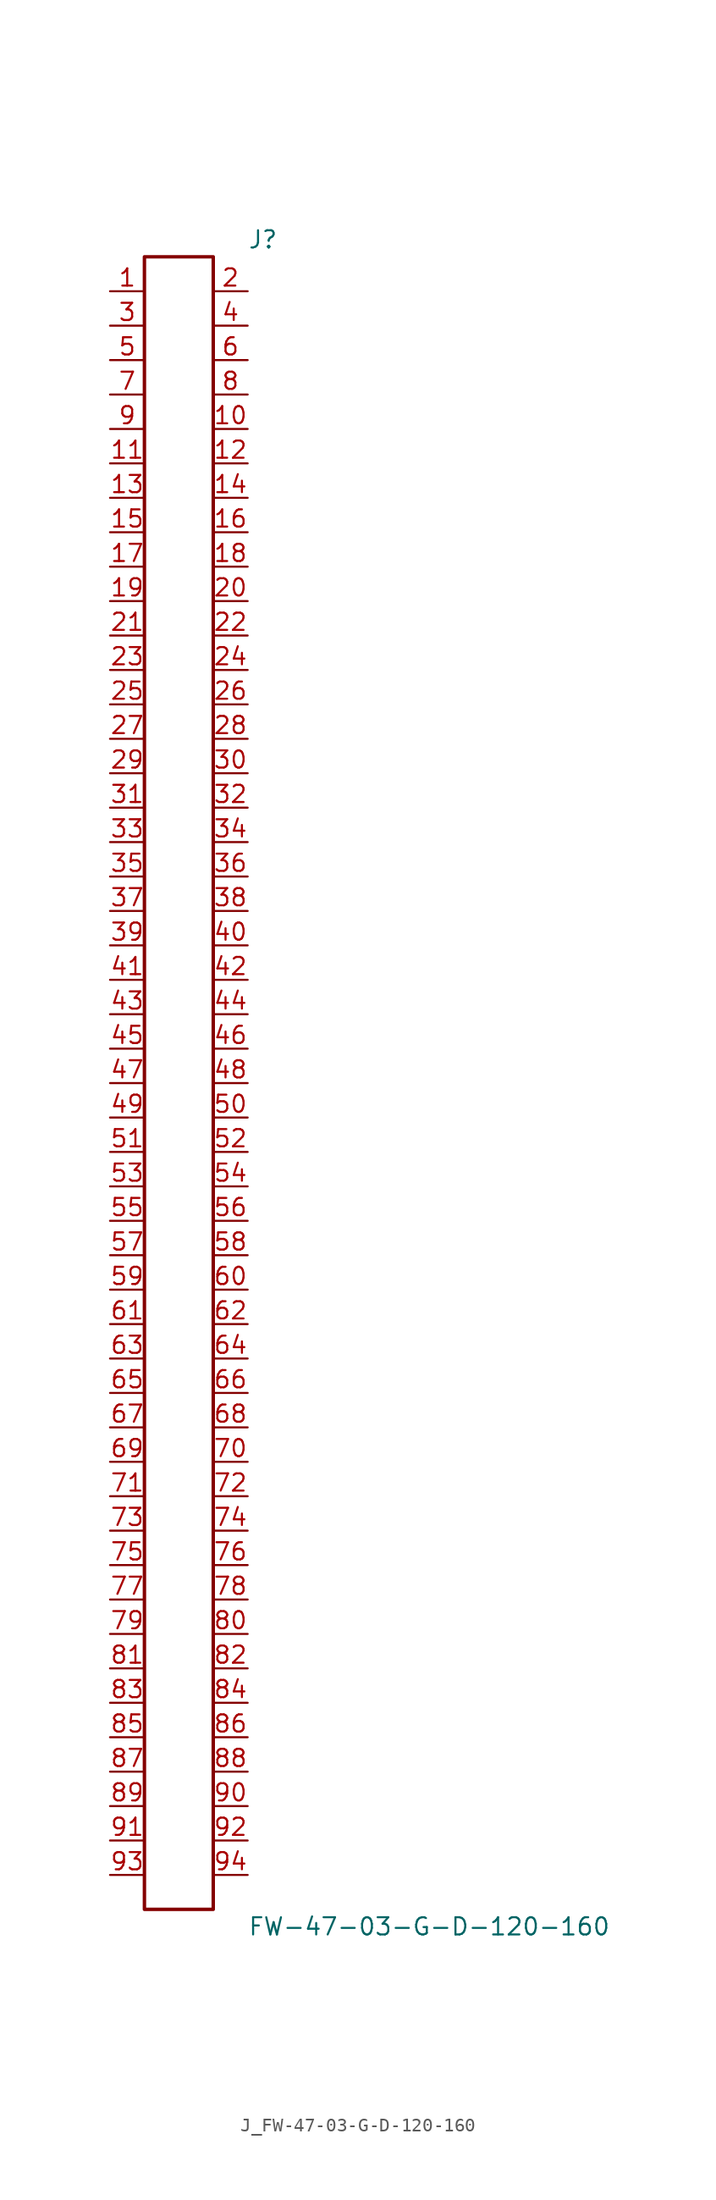
<source format=kicad_sym>
(kicad_symbol_lib
  (version 20231120)
  (generator kicad_symbol_editor)
  (generator_version 8.0)
  (symbol "J_FW-47-03-G-D-120-160"
    (pin_names
      (offset 0.254))
    (property "Reference" "J"
      (at 5.08 62.23 0)
      (effects (font (size 1.27 1.27)) (justify left)))
    (property "Value" "FW-47-03-G-D-120-160"
      (at 5.08 -62.23 0)
      (effects (font (size 1.27 1.27)) (justify left)))
    (symbol "J_FW-47-03-G-D-120-160_0_0"
      (pin passive line (at -5.08 58.42 0) (length 2.54) (name "" (effects (font (size 1.27 1.27)))) (number "1" (effects (font (size 1.27 1.27)))))
      (pin passive line (at 5.08 58.42 180) (length 2.54) (name "" (effects (font (size 1.27 1.27)))) (number "2" (effects (font (size 1.27 1.27)))))
      (pin passive line (at -5.08 55.88 0) (length 2.54) (name "" (effects (font (size 1.27 1.27)))) (number "3" (effects (font (size 1.27 1.27)))))
      (pin passive line (at 5.08 55.88 180) (length 2.54) (name "" (effects (font (size 1.27 1.27)))) (number "4" (effects (font (size 1.27 1.27)))))
      (pin passive line (at -5.08 53.34 0) (length 2.54) (name "" (effects (font (size 1.27 1.27)))) (number "5" (effects (font (size 1.27 1.27)))))
      (pin passive line (at 5.08 53.34 180) (length 2.54) (name "" (effects (font (size 1.27 1.27)))) (number "6" (effects (font (size 1.27 1.27)))))
      (pin passive line (at -5.08 50.8 0) (length 2.54) (name "" (effects (font (size 1.27 1.27)))) (number "7" (effects (font (size 1.27 1.27)))))
      (pin passive line (at 5.08 50.8 180) (length 2.54) (name "" (effects (font (size 1.27 1.27)))) (number "8" (effects (font (size 1.27 1.27)))))
      (pin passive line (at -5.08 48.26 0) (length 2.54) (name "" (effects (font (size 1.27 1.27)))) (number "9" (effects (font (size 1.27 1.27)))))
      (pin passive line (at 5.08 48.26 180) (length 2.54) (name "" (effects (font (size 1.27 1.27)))) (number "10" (effects (font (size 1.27 1.27)))))
      (pin passive line (at -5.08 45.72 0) (length 2.54) (name "" (effects (font (size 1.27 1.27)))) (number "11" (effects (font (size 1.27 1.27)))))
      (pin passive line (at 5.08 45.72 180) (length 2.54) (name "" (effects (font (size 1.27 1.27)))) (number "12" (effects (font (size 1.27 1.27)))))
      (pin passive line (at -5.08 43.18 0) (length 2.54) (name "" (effects (font (size 1.27 1.27)))) (number "13" (effects (font (size 1.27 1.27)))))
      (pin passive line (at 5.08 43.18 180) (length 2.54) (name "" (effects (font (size 1.27 1.27)))) (number "14" (effects (font (size 1.27 1.27)))))
      (pin passive line (at -5.08 40.64 0) (length 2.54) (name "" (effects (font (size 1.27 1.27)))) (number "15" (effects (font (size 1.27 1.27)))))
      (pin passive line (at 5.08 40.64 180) (length 2.54) (name "" (effects (font (size 1.27 1.27)))) (number "16" (effects (font (size 1.27 1.27)))))
      (pin passive line (at -5.08 38.1 0) (length 2.54) (name "" (effects (font (size 1.27 1.27)))) (number "17" (effects (font (size 1.27 1.27)))))
      (pin passive line (at 5.08 38.1 180) (length 2.54) (name "" (effects (font (size 1.27 1.27)))) (number "18" (effects (font (size 1.27 1.27)))))
      (pin passive line (at -5.08 35.56 0) (length 2.54) (name "" (effects (font (size 1.27 1.27)))) (number "19" (effects (font (size 1.27 1.27)))))
      (pin passive line (at 5.08 35.56 180) (length 2.54) (name "" (effects (font (size 1.27 1.27)))) (number "20" (effects (font (size 1.27 1.27)))))
      (pin passive line (at -5.08 33.02 0) (length 2.54) (name "" (effects (font (size 1.27 1.27)))) (number "21" (effects (font (size 1.27 1.27)))))
      (pin passive line (at 5.08 33.02 180) (length 2.54) (name "" (effects (font (size 1.27 1.27)))) (number "22" (effects (font (size 1.27 1.27)))))
      (pin passive line (at -5.08 30.48 0) (length 2.54) (name "" (effects (font (size 1.27 1.27)))) (number "23" (effects (font (size 1.27 1.27)))))
      (pin passive line (at 5.08 30.48 180) (length 2.54) (name "" (effects (font (size 1.27 1.27)))) (number "24" (effects (font (size 1.27 1.27)))))
      (pin passive line (at -5.08 27.94 0) (length 2.54) (name "" (effects (font (size 1.27 1.27)))) (number "25" (effects (font (size 1.27 1.27)))))
      (pin passive line (at 5.08 27.94 180) (length 2.54) (name "" (effects (font (size 1.27 1.27)))) (number "26" (effects (font (size 1.27 1.27)))))
      (pin passive line (at -5.08 25.4 0) (length 2.54) (name "" (effects (font (size 1.27 1.27)))) (number "27" (effects (font (size 1.27 1.27)))))
      (pin passive line (at 5.08 25.4 180) (length 2.54) (name "" (effects (font (size 1.27 1.27)))) (number "28" (effects (font (size 1.27 1.27)))))
      (pin passive line (at -5.08 22.86 0) (length 2.54) (name "" (effects (font (size 1.27 1.27)))) (number "29" (effects (font (size 1.27 1.27)))))
      (pin passive line (at 5.08 22.86 180) (length 2.54) (name "" (effects (font (size 1.27 1.27)))) (number "30" (effects (font (size 1.27 1.27)))))
      (pin passive line (at -5.08 20.32 0) (length 2.54) (name "" (effects (font (size 1.27 1.27)))) (number "31" (effects (font (size 1.27 1.27)))))
      (pin passive line (at 5.08 20.32 180) (length 2.54) (name "" (effects (font (size 1.27 1.27)))) (number "32" (effects (font (size 1.27 1.27)))))
      (pin passive line (at -5.08 17.78 0) (length 2.54) (name "" (effects (font (size 1.27 1.27)))) (number "33" (effects (font (size 1.27 1.27)))))
      (pin passive line (at 5.08 17.78 180) (length 2.54) (name "" (effects (font (size 1.27 1.27)))) (number "34" (effects (font (size 1.27 1.27)))))
      (pin passive line (at -5.08 15.24 0) (length 2.54) (name "" (effects (font (size 1.27 1.27)))) (number "35" (effects (font (size 1.27 1.27)))))
      (pin passive line (at 5.08 15.24 180) (length 2.54) (name "" (effects (font (size 1.27 1.27)))) (number "36" (effects (font (size 1.27 1.27)))))
      (pin passive line (at -5.08 12.7 0) (length 2.54) (name "" (effects (font (size 1.27 1.27)))) (number "37" (effects (font (size 1.27 1.27)))))
      (pin passive line (at 5.08 12.7 180) (length 2.54) (name "" (effects (font (size 1.27 1.27)))) (number "38" (effects (font (size 1.27 1.27)))))
      (pin passive line (at -5.08 10.16 0) (length 2.54) (name "" (effects (font (size 1.27 1.27)))) (number "39" (effects (font (size 1.27 1.27)))))
      (pin passive line (at 5.08 10.16 180) (length 2.54) (name "" (effects (font (size 1.27 1.27)))) (number "40" (effects (font (size 1.27 1.27)))))
      (pin passive line (at -5.08 7.62 0) (length 2.54) (name "" (effects (font (size 1.27 1.27)))) (number "41" (effects (font (size 1.27 1.27)))))
      (pin passive line (at 5.08 7.62 180) (length 2.54) (name "" (effects (font (size 1.27 1.27)))) (number "42" (effects (font (size 1.27 1.27)))))
      (pin passive line (at -5.08 5.08 0) (length 2.54) (name "" (effects (font (size 1.27 1.27)))) (number "43" (effects (font (size 1.27 1.27)))))
      (pin passive line (at 5.08 5.08 180) (length 2.54) (name "" (effects (font (size 1.27 1.27)))) (number "44" (effects (font (size 1.27 1.27)))))
      (pin passive line (at -5.08 2.54 0) (length 2.54) (name "" (effects (font (size 1.27 1.27)))) (number "45" (effects (font (size 1.27 1.27)))))
      (pin passive line (at 5.08 2.54 180) (length 2.54) (name "" (effects (font (size 1.27 1.27)))) (number "46" (effects (font (size 1.27 1.27)))))
      (pin passive line (at -5.08 0.0 0) (length 2.54) (name "" (effects (font (size 1.27 1.27)))) (number "47" (effects (font (size 1.27 1.27)))))
      (pin passive line (at 5.08 0.0 180) (length 2.54) (name "" (effects (font (size 1.27 1.27)))) (number "48" (effects (font (size 1.27 1.27)))))
      (pin passive line (at -5.08 -2.54 0) (length 2.54) (name "" (effects (font (size 1.27 1.27)))) (number "49" (effects (font (size 1.27 1.27)))))
      (pin passive line (at 5.08 -2.54 180) (length 2.54) (name "" (effects (font (size 1.27 1.27)))) (number "50" (effects (font (size 1.27 1.27)))))
      (pin passive line (at -5.08 -5.08 0) (length 2.54) (name "" (effects (font (size 1.27 1.27)))) (number "51" (effects (font (size 1.27 1.27)))))
      (pin passive line (at 5.08 -5.08 180) (length 2.54) (name "" (effects (font (size 1.27 1.27)))) (number "52" (effects (font (size 1.27 1.27)))))
      (pin passive line (at -5.08 -7.62 0) (length 2.54) (name "" (effects (font (size 1.27 1.27)))) (number "53" (effects (font (size 1.27 1.27)))))
      (pin passive line (at 5.08 -7.62 180) (length 2.54) (name "" (effects (font (size 1.27 1.27)))) (number "54" (effects (font (size 1.27 1.27)))))
      (pin passive line (at -5.08 -10.16 0) (length 2.54) (name "" (effects (font (size 1.27 1.27)))) (number "55" (effects (font (size 1.27 1.27)))))
      (pin passive line (at 5.08 -10.16 180) (length 2.54) (name "" (effects (font (size 1.27 1.27)))) (number "56" (effects (font (size 1.27 1.27)))))
      (pin passive line (at -5.08 -12.7 0) (length 2.54) (name "" (effects (font (size 1.27 1.27)))) (number "57" (effects (font (size 1.27 1.27)))))
      (pin passive line (at 5.08 -12.7 180) (length 2.54) (name "" (effects (font (size 1.27 1.27)))) (number "58" (effects (font (size 1.27 1.27)))))
      (pin passive line (at -5.08 -15.24 0) (length 2.54) (name "" (effects (font (size 1.27 1.27)))) (number "59" (effects (font (size 1.27 1.27)))))
      (pin passive line (at 5.08 -15.24 180) (length 2.54) (name "" (effects (font (size 1.27 1.27)))) (number "60" (effects (font (size 1.27 1.27)))))
      (pin passive line (at -5.08 -17.78 0) (length 2.54) (name "" (effects (font (size 1.27 1.27)))) (number "61" (effects (font (size 1.27 1.27)))))
      (pin passive line (at 5.08 -17.78 180) (length 2.54) (name "" (effects (font (size 1.27 1.27)))) (number "62" (effects (font (size 1.27 1.27)))))
      (pin passive line (at -5.08 -20.32 0) (length 2.54) (name "" (effects (font (size 1.27 1.27)))) (number "63" (effects (font (size 1.27 1.27)))))
      (pin passive line (at 5.08 -20.32 180) (length 2.54) (name "" (effects (font (size 1.27 1.27)))) (number "64" (effects (font (size 1.27 1.27)))))
      (pin passive line (at -5.08 -22.86 0) (length 2.54) (name "" (effects (font (size 1.27 1.27)))) (number "65" (effects (font (size 1.27 1.27)))))
      (pin passive line (at 5.08 -22.86 180) (length 2.54) (name "" (effects (font (size 1.27 1.27)))) (number "66" (effects (font (size 1.27 1.27)))))
      (pin passive line (at -5.08 -25.4 0) (length 2.54) (name "" (effects (font (size 1.27 1.27)))) (number "67" (effects (font (size 1.27 1.27)))))
      (pin passive line (at 5.08 -25.4 180) (length 2.54) (name "" (effects (font (size 1.27 1.27)))) (number "68" (effects (font (size 1.27 1.27)))))
      (pin passive line (at -5.08 -27.94 0) (length 2.54) (name "" (effects (font (size 1.27 1.27)))) (number "69" (effects (font (size 1.27 1.27)))))
      (pin passive line (at 5.08 -27.94 180) (length 2.54) (name "" (effects (font (size 1.27 1.27)))) (number "70" (effects (font (size 1.27 1.27)))))
      (pin passive line (at -5.08 -30.48 0) (length 2.54) (name "" (effects (font (size 1.27 1.27)))) (number "71" (effects (font (size 1.27 1.27)))))
      (pin passive line (at 5.08 -30.48 180) (length 2.54) (name "" (effects (font (size 1.27 1.27)))) (number "72" (effects (font (size 1.27 1.27)))))
      (pin passive line (at -5.08 -33.02 0) (length 2.54) (name "" (effects (font (size 1.27 1.27)))) (number "73" (effects (font (size 1.27 1.27)))))
      (pin passive line (at 5.08 -33.02 180) (length 2.54) (name "" (effects (font (size 1.27 1.27)))) (number "74" (effects (font (size 1.27 1.27)))))
      (pin passive line (at -5.08 -35.56 0) (length 2.54) (name "" (effects (font (size 1.27 1.27)))) (number "75" (effects (font (size 1.27 1.27)))))
      (pin passive line (at 5.08 -35.56 180) (length 2.54) (name "" (effects (font (size 1.27 1.27)))) (number "76" (effects (font (size 1.27 1.27)))))
      (pin passive line (at -5.08 -38.1 0) (length 2.54) (name "" (effects (font (size 1.27 1.27)))) (number "77" (effects (font (size 1.27 1.27)))))
      (pin passive line (at 5.08 -38.1 180) (length 2.54) (name "" (effects (font (size 1.27 1.27)))) (number "78" (effects (font (size 1.27 1.27)))))
      (pin passive line (at -5.08 -40.64 0) (length 2.54) (name "" (effects (font (size 1.27 1.27)))) (number "79" (effects (font (size 1.27 1.27)))))
      (pin passive line (at 5.08 -40.64 180) (length 2.54) (name "" (effects (font (size 1.27 1.27)))) (number "80" (effects (font (size 1.27 1.27)))))
      (pin passive line (at -5.08 -43.18 0) (length 2.54) (name "" (effects (font (size 1.27 1.27)))) (number "81" (effects (font (size 1.27 1.27)))))
      (pin passive line (at 5.08 -43.18 180) (length 2.54) (name "" (effects (font (size 1.27 1.27)))) (number "82" (effects (font (size 1.27 1.27)))))
      (pin passive line (at -5.08 -45.72 0) (length 2.54) (name "" (effects (font (size 1.27 1.27)))) (number "83" (effects (font (size 1.27 1.27)))))
      (pin passive line (at 5.08 -45.72 180) (length 2.54) (name "" (effects (font (size 1.27 1.27)))) (number "84" (effects (font (size 1.27 1.27)))))
      (pin passive line (at -5.08 -48.26 0) (length 2.54) (name "" (effects (font (size 1.27 1.27)))) (number "85" (effects (font (size 1.27 1.27)))))
      (pin passive line (at 5.08 -48.26 180) (length 2.54) (name "" (effects (font (size 1.27 1.27)))) (number "86" (effects (font (size 1.27 1.27)))))
      (pin passive line (at -5.08 -50.8 0) (length 2.54) (name "" (effects (font (size 1.27 1.27)))) (number "87" (effects (font (size 1.27 1.27)))))
      (pin passive line (at 5.08 -50.8 180) (length 2.54) (name "" (effects (font (size 1.27 1.27)))) (number "88" (effects (font (size 1.27 1.27)))))
      (pin passive line (at -5.08 -53.34 0) (length 2.54) (name "" (effects (font (size 1.27 1.27)))) (number "89" (effects (font (size 1.27 1.27)))))
      (pin passive line (at 5.08 -53.34 180) (length 2.54) (name "" (effects (font (size 1.27 1.27)))) (number "90" (effects (font (size 1.27 1.27)))))
      (pin passive line (at -5.08 -55.88 0) (length 2.54) (name "" (effects (font (size 1.27 1.27)))) (number "91" (effects (font (size 1.27 1.27)))))
      (pin passive line (at 5.08 -55.88 180) (length 2.54) (name "" (effects (font (size 1.27 1.27)))) (number "92" (effects (font (size 1.27 1.27)))))
      (pin passive line (at -5.08 -58.42 0) (length 2.54) (name "" (effects (font (size 1.27 1.27)))) (number "93" (effects (font (size 1.27 1.27)))))
      (pin passive line (at 5.08 -58.42 180) (length 2.54) (name "" (effects (font (size 1.27 1.27)))) (number "94" (effects (font (size 1.27 1.27))))))
    (symbol "J_FW-47-03-G-D-120-160_1_0"
      (rectangle (start -2.54 60.96) (end 2.54 -60.96) (stroke (width 0.254) (type solid)) (fill (type none))))))
</source>
